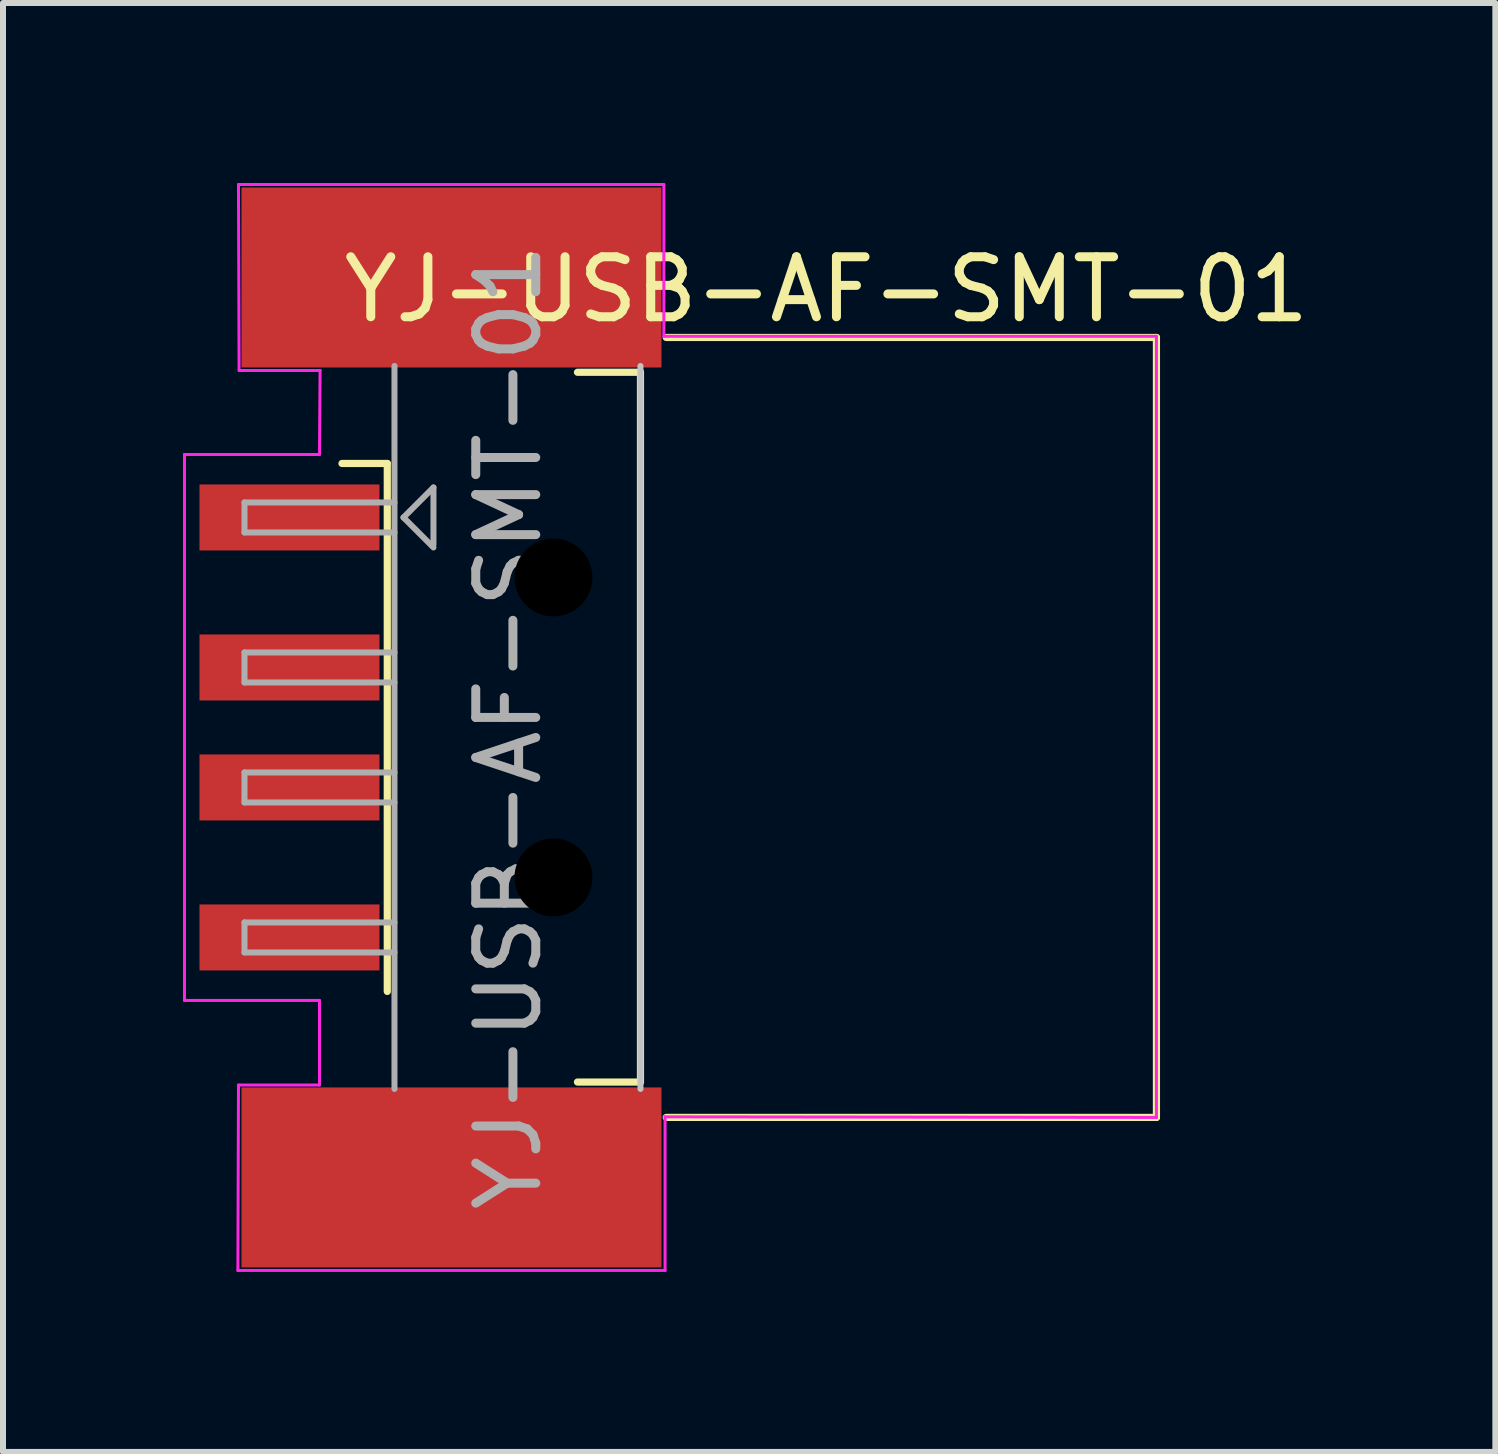
<source format=kicad_pcb>
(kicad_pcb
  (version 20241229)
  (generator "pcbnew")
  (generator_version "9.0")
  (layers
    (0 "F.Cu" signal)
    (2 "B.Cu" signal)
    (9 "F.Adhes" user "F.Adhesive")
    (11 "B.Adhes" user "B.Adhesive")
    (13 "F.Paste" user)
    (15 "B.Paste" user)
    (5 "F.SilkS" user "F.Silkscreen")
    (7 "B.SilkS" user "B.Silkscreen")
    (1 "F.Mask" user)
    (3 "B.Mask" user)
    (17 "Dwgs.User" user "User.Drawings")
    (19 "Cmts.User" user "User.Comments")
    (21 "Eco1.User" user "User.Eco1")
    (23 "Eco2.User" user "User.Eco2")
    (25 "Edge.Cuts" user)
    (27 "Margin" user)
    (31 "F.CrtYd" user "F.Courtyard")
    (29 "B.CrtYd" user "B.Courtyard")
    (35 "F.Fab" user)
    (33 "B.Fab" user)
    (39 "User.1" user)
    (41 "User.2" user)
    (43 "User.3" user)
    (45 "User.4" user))
  (footprint "YJ-USB-AF-SMT-01"
    (layer "F.Cu")
    (at 7.625 8.975)
    (property "Reference" "YJ-USB-AF-SMT-01" (at 3.1 -7.2 0) (layer "F.SilkS") (effects (font (size 1 1) (thickness 0.15))))
    (attr smd)
    (fp_line (start -4.22 -4.3) (end -4.975 -4.3) (stroke (width 0.12) (type solid)) (layer "F.SilkS"))
    (fp_line (start -4.22 -4.3) (end -4.22 4.5) (stroke (width 0.12) (type solid)) (layer "F.SilkS"))
    (fp_line (start -1.05 -5.82) (end 0 -5.82) (stroke (width 0.12) (type solid)) (layer "F.SilkS"))
    (fp_line (start -1.05 6.01) (end 0 6.01) (stroke (width 0.12) (type solid)) (layer "F.SilkS"))
    (fp_line (start 0 6.01) (end 0 -5.82) (stroke (width 0.12) (type solid)) (layer "F.SilkS"))
    (fp_line (start 0.43 -6.4) (end 8.6 -6.4) (stroke (width 0.12) (type solid)) (layer "F.SilkS"))
    (fp_line (start 8.6 -6.4) (end 8.6 6.6) (stroke (width 0.12) (type solid)) (layer "F.SilkS"))
    (fp_line (start 8.6 6.6) (end 0.43 6.6) (stroke (width 0.12) (type solid)) (layer "F.SilkS"))
    (fp_line (start 0 6.125) (end 0 -5.925) (stroke (width 0.1) (type solid)) (layer "Dwgs.User"))
    (fp_line (start -7.6 -4.45) (end -5.35 -4.45) (stroke (width 0.05) (type solid)) (layer "F.CrtYd"))
    (fp_line (start -7.6 4.65) (end -7.6 -4.45) (stroke (width 0.05) (type solid)) (layer "F.CrtYd"))
    (fp_line (start -7.6 4.65) (end -5.35 4.65) (stroke (width 0.05) (type solid)) (layer "F.CrtYd"))
    (fp_line (start -6.71 9.15) (end 0.41 9.15) (stroke (width 0.05) (type solid)) (layer "F.CrtYd"))
    (fp_line (start -6.7 -8.95) (end -6.69 -5.85) (stroke (width 0.05) (type solid)) (layer "F.CrtYd"))
    (fp_line (start -6.7 -8.95) (end 0.39 -8.95) (stroke (width 0.05) (type solid)) (layer "F.CrtYd"))
    (fp_line (start -6.7 6.06) (end -6.71 9.15) (stroke (width 0.05) (type solid)) (layer "F.CrtYd"))
    (fp_line (start -6.7 6.06) (end -5.35 6.06) (stroke (width 0.05) (type solid)) (layer "F.CrtYd"))
    (fp_line (start -6.69 -5.85) (end -5.34 -5.85) (stroke (width 0.05) (type solid)) (layer "F.CrtYd"))
    (fp_line (start -5.35 4.65) (end -5.35 6.06) (stroke (width 0.05) (type solid)) (layer "F.CrtYd"))
    (fp_line (start -5.34 -5.85) (end -5.35 -4.45) (stroke (width 0.05) (type solid)) (layer "F.CrtYd"))
    (fp_line (start 0.39 -6.42) (end 0.39 -8.95) (stroke (width 0.05) (type solid)) (layer "F.CrtYd"))
    (fp_line (start 0.39 -6.42) (end 8.6 -6.42) (stroke (width 0.05) (type solid)) (layer "F.CrtYd"))
    (fp_line (start 0.41 6.59) (end 8.6 6.6) (stroke (width 0.05) (type solid)) (layer "F.CrtYd"))
    (fp_line (start 0.41 9.15) (end 0.41 6.59) (stroke (width 0.05) (type solid)) (layer "F.CrtYd"))
    (fp_line (start 8.6 6.6) (end 8.6 -6.42) (stroke (width 0.05) (type solid)) (layer "F.CrtYd"))
    (fp_line (start -6.6 -3.65) (end -4.1 -3.65) (stroke (width 0.1) (type solid)) (layer "F.Fab"))
    (fp_line (start -6.6 -3.15) (end -6.6 -3.65) (stroke (width 0.1) (type solid)) (layer "F.Fab"))
    (fp_line (start -6.6 -3.15) (end -4.1 -3.15) (stroke (width 0.1) (type solid)) (layer "F.Fab"))
    (fp_line (start -6.6 -1.15) (end -4.1 -1.15) (stroke (width 0.1) (type solid)) (layer "F.Fab"))
    (fp_line (start -6.6 -0.65) (end -6.6 -1.15) (stroke (width 0.1) (type solid)) (layer "F.Fab"))
    (fp_line (start -6.6 -0.65) (end -4.1 -0.65) (stroke (width 0.1) (type solid)) (layer "F.Fab"))
    (fp_line (start -6.6 0.85) (end -4.1 0.85) (stroke (width 0.1) (type solid)) (layer "F.Fab"))
    (fp_line (start -6.6 1.35) (end -6.6 0.85) (stroke (width 0.1) (type solid)) (layer "F.Fab"))
    (fp_line (start -6.6 1.35) (end -4.1 1.35) (stroke (width 0.1) (type solid)) (layer "F.Fab"))
    (fp_line (start -6.6 3.35) (end -4.1 3.35) (stroke (width 0.1) (type solid)) (layer "F.Fab"))
    (fp_line (start -6.6 3.85) (end -6.6 3.35) (stroke (width 0.1) (type solid)) (layer "F.Fab"))
    (fp_line (start -6.6 3.85) (end -4.1 3.85) (stroke (width 0.1) (type solid)) (layer "F.Fab"))
    (fp_line (start -4.1 6.125) (end -4.1 -5.925) (stroke (width 0.1) (type solid)) (layer "F.Fab"))
    (fp_line (start -3.95 -3.4) (end -3.45 -3.9) (stroke (width 0.1) (type solid)) (layer "F.Fab"))
    (fp_line (start -3.95 -3.4) (end -3.45 -2.9) (stroke (width 0.1) (type solid)) (layer "F.Fab"))
    (fp_line (start -3.45 -3.9) (end -3.45 -2.95) (stroke (width 0.1) (type solid)) (layer "F.Fab"))
    (fp_circle (center -1.45 -2.4) (end -0.95 -2.4) (stroke (width 0.1) (type solid)) (fill no) (layer "F.Fab"))
    (fp_circle (center -1.45 2.6) (end -0.95 2.6) (stroke (width 0.1) (type solid)) (fill no) (layer "F.Fab"))
    (fp_text user "${REFERENCE}" (at -2.2 0.1 90) (layer "F.Fab") (effects (font (size 1 1) (thickness 0.15))))
    (pad "" np_thru_hole circle (at -1.45 -2.4) (size 1.3 1.3) (drill 1.3) (layers "*.Mask"))
    (pad "" np_thru_hole circle (at -1.45 2.6) (size 1.3 1.3) (drill 1.3) (layers "*.Mask"))
    (pad "1" smd rect (at -5.85 -3.4) (size 3 1.1) (layers "F.Cu" "F.Mask" "F.Paste"))
    (pad "2" smd rect (at -5.85 -0.9) (size 3 1.1) (layers "F.Cu" "F.Mask" "F.Paste"))
    (pad "3" smd rect (at -5.85 1.1) (size 3 1.1) (layers "F.Cu" "F.Mask" "F.Paste"))
    (pad "4" smd rect (at -5.85 3.6) (size 3 1.1) (layers "F.Cu" "F.Mask" "F.Paste"))
    (pad "5" smd rect (at -3.15 -7.4) (size 7 3) (layers "F.Cu" "F.Mask" "F.Paste"))
    (pad "5" smd rect (at -3.15 7.6) (size 7 3) (layers "F.Cu" "F.Mask" "F.Paste")))
  (gr_rect
    (start -3 -3)
    (end 21.874 21.15)
    (stroke (width 0.1) (type default))
    (fill no)
    (layer "Edge.Cuts")))
</source>
